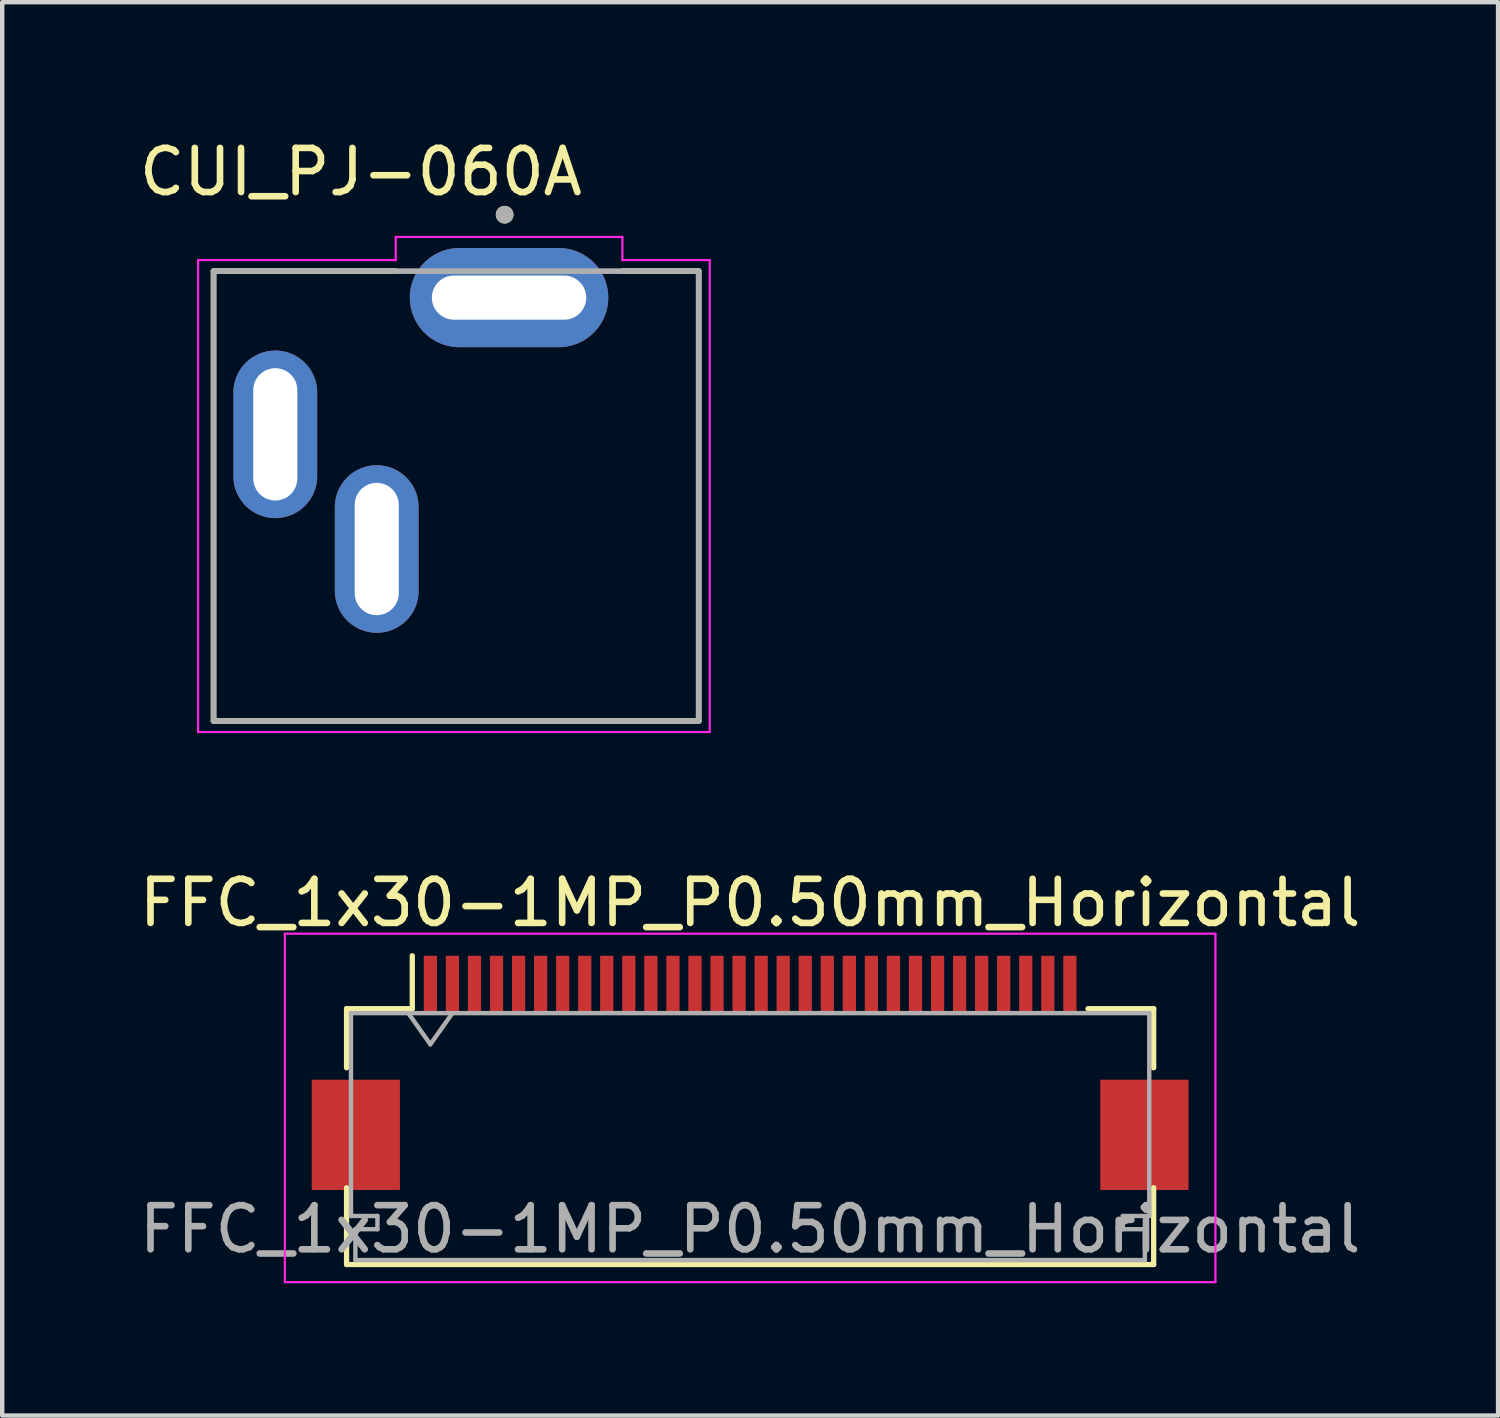
<source format=kicad_pcb>
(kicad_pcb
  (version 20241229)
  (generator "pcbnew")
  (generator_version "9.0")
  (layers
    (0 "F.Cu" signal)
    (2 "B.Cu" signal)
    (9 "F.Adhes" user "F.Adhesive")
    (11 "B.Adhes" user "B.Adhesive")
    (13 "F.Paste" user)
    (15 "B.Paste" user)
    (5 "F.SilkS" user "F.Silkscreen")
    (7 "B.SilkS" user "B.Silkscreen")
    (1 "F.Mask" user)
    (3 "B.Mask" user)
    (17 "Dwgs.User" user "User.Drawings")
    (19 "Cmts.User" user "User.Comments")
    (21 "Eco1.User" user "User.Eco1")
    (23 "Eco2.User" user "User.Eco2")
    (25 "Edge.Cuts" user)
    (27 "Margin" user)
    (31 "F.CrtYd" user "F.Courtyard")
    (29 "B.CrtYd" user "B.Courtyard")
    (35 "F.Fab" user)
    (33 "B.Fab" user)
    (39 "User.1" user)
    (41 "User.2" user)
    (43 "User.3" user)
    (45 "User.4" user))
  (footprint "CUI_PJ-060A"
    (layer "F.Cu")
    (at 8.492 3.698)
    (property "Reference" "CUI_PJ-060A" (at -3.36 -2.849 0) (layer "F.SilkS") (effects (font (size 1.001 1.001) (thickness 0.15))))
    (attr through_hole)
    (fp_line (start -6.7 -0.6) (end -6.7 9.6) (stroke (width 0.127) (type solid)) (layer "F.SilkS"))
    (fp_line (start -6.7 9.6) (end 4.3 9.6) (stroke (width 0.127) (type solid)) (layer "F.SilkS"))
    (fp_line (start -2.57 -0.6) (end -6.7 -0.6) (stroke (width 0.127) (type solid)) (layer "F.SilkS"))
    (fp_line (start 4.3 -0.6) (end 2.57 -0.6) (stroke (width 0.127) (type solid)) (layer "F.SilkS"))
    (fp_line (start 4.3 9.6) (end 4.3 -0.6) (stroke (width 0.127) (type solid)) (layer "F.SilkS"))
    (fp_circle (center -0.1 -1.88) (end 0 -1.88) (stroke (width 0.2) (type solid)) (fill no) (layer "F.SilkS"))
    (fp_line (start -7.05 -0.85) (end -2.57 -0.85) (stroke (width 0.05) (type solid)) (layer "F.CrtYd"))
    (fp_line (start -7.05 9.85) (end -7.05 -0.85) (stroke (width 0.05) (type solid)) (layer "F.CrtYd"))
    (fp_line (start -2.57 -1.375) (end 2.57 -1.375) (stroke (width 0.05) (type solid)) (layer "F.CrtYd"))
    (fp_line (start -2.57 -0.85) (end -2.57 -1.375) (stroke (width 0.05) (type solid)) (layer "F.CrtYd"))
    (fp_line (start 2.57 -1.375) (end 2.57 -0.85) (stroke (width 0.05) (type solid)) (layer "F.CrtYd"))
    (fp_line (start 2.57 -0.85) (end 4.55 -0.85) (stroke (width 0.05) (type solid)) (layer "F.CrtYd"))
    (fp_line (start 4.55 -0.85) (end 4.55 9.85) (stroke (width 0.05) (type solid)) (layer "F.CrtYd"))
    (fp_line (start 4.55 9.85) (end -7.05 9.85) (stroke (width 0.05) (type solid)) (layer "F.CrtYd"))
    (fp_line (start -6.7 -0.6) (end 4.3 -0.6) (stroke (width 0.127) (type solid)) (layer "F.Fab"))
    (fp_line (start -6.7 9.6) (end -6.7 -0.6) (stroke (width 0.127) (type solid)) (layer "F.Fab"))
    (fp_line (start 4.3 -0.6) (end 4.3 9.6) (stroke (width 0.127) (type solid)) (layer "F.Fab"))
    (fp_line (start 4.3 9.6) (end -6.7 9.6) (stroke (width 0.127) (type solid)) (layer "F.Fab"))
    (fp_circle (center -0.1 -1.88) (end 0 -1.88) (stroke (width 0.2) (type solid)) (fill no) (layer "F.Fab"))
    (pad "1" thru_hole oval (at 0 0) (size 4.5 2.25) (drill oval 3.5 1) (layers "*.Cu" "*.Mask"))
    (pad "2" thru_hole oval (at -5.3 3.1) (size 1.9 3.8) (drill oval 1 3) (layers "*.Cu" "*.Mask"))
    (pad "3" thru_hole oval (at -3 5.7) (size 1.9 3.8) (drill oval 1 3) (layers "*.Cu" "*.Mask")))
  (footprint "FFC_1x30-1MP_P0.50mm_Horizontal"
    (layer "F.Cu")
    (at 6.708 19.271)
    (property "Reference" "FFC_1x30-1MP_P0.50mm_Horizontal" (at 7.25 -1.85 0) (layer "F.SilkS") (effects (font (size 1 1) (thickness 0.15))))
    (attr smd)
    (fp_line (start -1.9 0.55) (end -1.9 1.89) (stroke (width 0.12) (type solid)) (layer "F.SilkS"))
    (fp_line (start -1.9 4.61) (end -1.9 6.35) (stroke (width 0.12) (type solid)) (layer "F.SilkS"))
    (fp_line (start -1.9 6.35) (end 16.4 6.35) (stroke (width 0.12) (type solid)) (layer "F.SilkS"))
    (fp_line (start -0.41 0.55) (end -1.9 0.55) (stroke (width 0.12) (type solid)) (layer "F.SilkS"))
    (fp_line (start -0.41 0.55) (end -0.41 -0.65) (stroke (width 0.12) (type solid)) (layer "F.SilkS"))
    (fp_line (start 14.91 0.55) (end 16.4 0.55) (stroke (width 0.12) (type solid)) (layer "F.SilkS"))
    (fp_line (start 16.4 0.55) (end 16.4 1.89) (stroke (width 0.12) (type solid)) (layer "F.SilkS"))
    (fp_line (start 16.4 6.35) (end 16.4 4.61) (stroke (width 0.12) (type solid)) (layer "F.SilkS"))
    (fp_line (start -3.3 -1.15) (end -3.3 6.75) (stroke (width 0.05) (type solid)) (layer "F.CrtYd"))
    (fp_line (start -3.3 6.75) (end 17.8 6.75) (stroke (width 0.05) (type solid)) (layer "F.CrtYd"))
    (fp_line (start 17.8 -1.15) (end -3.3 -1.15) (stroke (width 0.05) (type solid)) (layer "F.CrtYd"))
    (fp_line (start 17.8 6.75) (end 17.8 -1.15) (stroke (width 0.05) (type solid)) (layer "F.CrtYd"))
    (fp_line (start -1.8 0.65) (end -1.8 5.25) (stroke (width 0.1) (type solid)) (layer "F.Fab"))
    (fp_line (start -1.8 5.25) (end -1.2 5.25) (stroke (width 0.1) (type solid)) (layer "F.Fab"))
    (fp_line (start -1.7 5.55) (end -1.7 6.25) (stroke (width 0.1) (type solid)) (layer "F.Fab"))
    (fp_line (start -1.7 6.25) (end 7.25 6.25) (stroke (width 0.1) (type solid)) (layer "F.Fab"))
    (fp_line (start -1.2 5.25) (end -1.2 5.55) (stroke (width 0.1) (type solid)) (layer "F.Fab"))
    (fp_line (start -1.2 5.55) (end -1.7 5.55) (stroke (width 0.1) (type solid)) (layer "F.Fab"))
    (fp_line (start -0.5 0.65) (end 0 1.357) (stroke (width 0.1) (type solid)) (layer "F.Fab"))
    (fp_line (start 0 1.357) (end 0.5 0.65) (stroke (width 0.1) (type solid)) (layer "F.Fab"))
    (fp_line (start 7.25 0.65) (end -1.8 0.65) (stroke (width 0.1) (type solid)) (layer "F.Fab"))
    (fp_line (start 7.25 0.65) (end 16.3 0.65) (stroke (width 0.1) (type solid)) (layer "F.Fab"))
    (fp_line (start 15.7 5.25) (end 15.7 5.55) (stroke (width 0.1) (type solid)) (layer "F.Fab"))
    (fp_line (start 15.7 5.55) (end 16.2 5.55) (stroke (width 0.1) (type solid)) (layer "F.Fab"))
    (fp_line (start 16.2 5.55) (end 16.2 6.25) (stroke (width 0.1) (type solid)) (layer "F.Fab"))
    (fp_line (start 16.2 6.25) (end 7.25 6.25) (stroke (width 0.1) (type solid)) (layer "F.Fab"))
    (fp_line (start 16.3 0.65) (end 16.3 5.25) (stroke (width 0.1) (type solid)) (layer "F.Fab"))
    (fp_line (start 16.3 5.25) (end 15.7 5.25) (stroke (width 0.1) (type solid)) (layer "F.Fab"))
    (fp_text user "${REFERENCE}" (at 7.25 5.55 0) (layer "F.Fab") (effects (font (size 1 1) (thickness 0.15))))
    (pad "1" smd rect (at 14.5 0) (size 0.3 1.3) (layers "F.Cu" "F.Mask" "F.Paste"))
    (pad "2" smd rect (at 14 0) (size 0.3 1.3) (layers "F.Cu" "F.Mask" "F.Paste"))
    (pad "3" smd rect (at 13.5 0) (size 0.3 1.3) (layers "F.Cu" "F.Mask" "F.Paste"))
    (pad "4" smd rect (at 13 0) (size 0.3 1.3) (layers "F.Cu" "F.Mask" "F.Paste"))
    (pad "5" smd rect (at 12.5 0) (size 0.3 1.3) (layers "F.Cu" "F.Mask" "F.Paste"))
    (pad "6" smd rect (at 12 0) (size 0.3 1.3) (layers "F.Cu" "F.Mask" "F.Paste"))
    (pad "7" smd rect (at 11.5 0) (size 0.3 1.3) (layers "F.Cu" "F.Mask" "F.Paste"))
    (pad "8" smd rect (at 11 0) (size 0.3 1.3) (layers "F.Cu" "F.Mask" "F.Paste"))
    (pad "9" smd rect (at 10.5 0) (size 0.3 1.3) (layers "F.Cu" "F.Mask" "F.Paste"))
    (pad "10" smd rect (at 10 0) (size 0.3 1.3) (layers "F.Cu" "F.Mask" "F.Paste"))
    (pad "11" smd rect (at 9.5 0) (size 0.3 1.3) (layers "F.Cu" "F.Mask" "F.Paste"))
    (pad "12" smd rect (at 9 0) (size 0.3 1.3) (layers "F.Cu" "F.Mask" "F.Paste"))
    (pad "13" smd rect (at 8.5 0) (size 0.3 1.3) (layers "F.Cu" "F.Mask" "F.Paste"))
    (pad "14" smd rect (at 8 0) (size 0.3 1.3) (layers "F.Cu" "F.Mask" "F.Paste"))
    (pad "15" smd rect (at 7.5 0) (size 0.3 1.3) (layers "F.Cu" "F.Mask" "F.Paste"))
    (pad "16" smd rect (at 7 0) (size 0.3 1.3) (layers "F.Cu" "F.Mask" "F.Paste"))
    (pad "17" smd rect (at 6.5 0) (size 0.3 1.3) (layers "F.Cu" "F.Mask" "F.Paste"))
    (pad "18" smd rect (at 6 0) (size 0.3 1.3) (layers "F.Cu" "F.Mask" "F.Paste"))
    (pad "19" smd rect (at 5.5 0) (size 0.3 1.3) (layers "F.Cu" "F.Mask" "F.Paste"))
    (pad "20" smd rect (at 5 0) (size 0.3 1.3) (layers "F.Cu" "F.Mask" "F.Paste"))
    (pad "21" smd rect (at 4.5 0) (size 0.3 1.3) (layers "F.Cu" "F.Mask" "F.Paste"))
    (pad "22" smd rect (at 4 0) (size 0.3 1.3) (layers "F.Cu" "F.Mask" "F.Paste"))
    (pad "23" smd rect (at 3.5 0) (size 0.3 1.3) (layers "F.Cu" "F.Mask" "F.Paste"))
    (pad "24" smd rect (at 3 0) (size 0.3 1.3) (layers "F.Cu" "F.Mask" "F.Paste"))
    (pad "25" smd rect (at 2.5 0) (size 0.3 1.3) (layers "F.Cu" "F.Mask" "F.Paste"))
    (pad "26" smd rect (at 2 0) (size 0.3 1.3) (layers "F.Cu" "F.Mask" "F.Paste"))
    (pad "27" smd rect (at 1.5 0) (size 0.3 1.3) (layers "F.Cu" "F.Mask" "F.Paste"))
    (pad "28" smd rect (at 1 0) (size 0.3 1.3) (layers "F.Cu" "F.Mask" "F.Paste"))
    (pad "29" smd rect (at 0.5 0) (size 0.3 1.3) (layers "F.Cu" "F.Mask" "F.Paste"))
    (pad "30" smd rect (at 0 0) (size 0.3 1.3) (layers "F.Cu" "F.Mask" "F.Paste"))
    (pad "MP" smd rect (at -1.69 3.41) (size 2 2.5) (layers "F.Cu" "F.Mask" "F.Paste"))
    (pad "MP" smd rect (at 16.19 3.41) (size 2 2.5) (layers "F.Cu" "F.Mask" "F.Paste")))
  (gr_rect
    (start -3 -3)
    (end 30.917 29.046)
    (stroke (width 0.1) (type default))
    (fill no)
    (layer "Edge.Cuts")))
</source>
